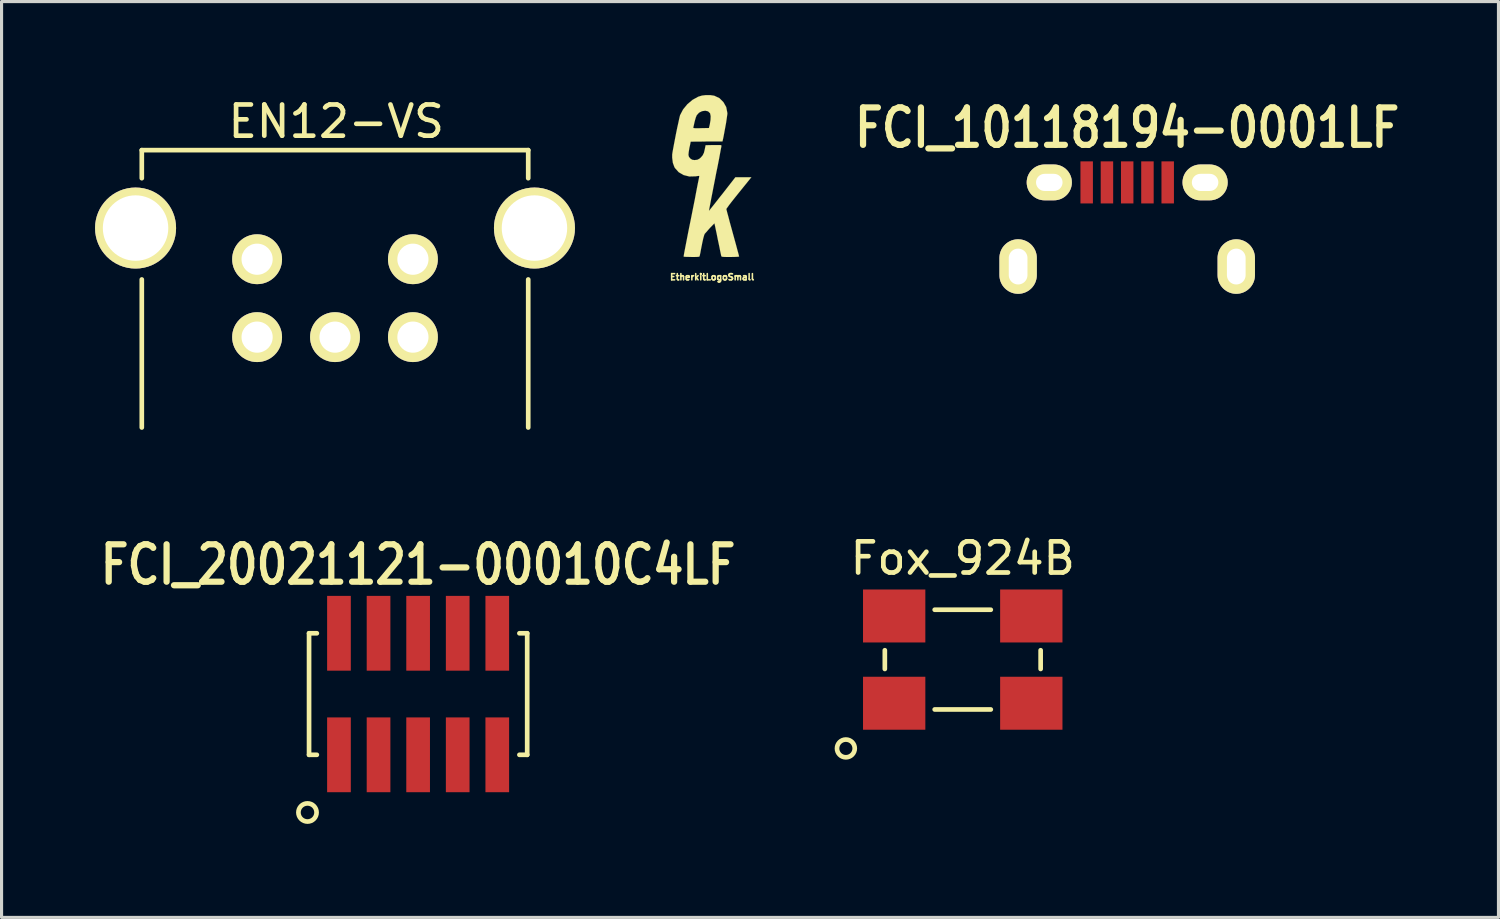
<source format=kicad_pcb>
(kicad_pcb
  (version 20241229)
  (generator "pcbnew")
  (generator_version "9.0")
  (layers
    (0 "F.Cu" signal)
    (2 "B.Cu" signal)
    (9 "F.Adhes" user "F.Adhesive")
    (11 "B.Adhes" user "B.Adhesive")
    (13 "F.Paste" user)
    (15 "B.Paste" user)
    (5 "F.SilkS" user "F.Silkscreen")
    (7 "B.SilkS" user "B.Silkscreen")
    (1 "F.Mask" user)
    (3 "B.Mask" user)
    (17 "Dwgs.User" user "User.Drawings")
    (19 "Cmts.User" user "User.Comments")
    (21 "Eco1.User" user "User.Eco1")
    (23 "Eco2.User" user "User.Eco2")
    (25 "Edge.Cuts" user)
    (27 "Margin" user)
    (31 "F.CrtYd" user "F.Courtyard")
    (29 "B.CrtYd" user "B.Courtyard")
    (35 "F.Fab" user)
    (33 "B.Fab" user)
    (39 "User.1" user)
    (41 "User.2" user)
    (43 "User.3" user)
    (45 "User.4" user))
  (footprint "Fox_924B"
    (layer "F.Cu")
    (at 27.843 18.116)
    (property "Reference" "Fox_924B" (at 0 -3.25 0) (layer "F.SilkS") (effects (font (size 1 1) (thickness 0.15))))
    (attr through_hole)
    (fp_line (start -2.5 -0.3) (end -2.5 0.3) (stroke (width 0.15) (type solid)) (layer "F.SilkS"))
    (fp_line (start -0.9 -1.6) (end 0.9 -1.6) (stroke (width 0.15) (type solid)) (layer "F.SilkS"))
    (fp_line (start -0.9 1.6) (end 0.9 1.6) (stroke (width 0.15) (type solid)) (layer "F.SilkS"))
    (fp_line (start 2.5 -0.3) (end 2.5 0.3) (stroke (width 0.15) (type solid)) (layer "F.SilkS"))
    (fp_circle (center -3.75 2.85) (end -3.475 2.925) (stroke (width 0.15) (type solid)) (fill no) (layer "F.SilkS"))
    (pad "1" smd rect (at -2.2 1.4) (size 2 1.7) (layers "F.Cu" "F.Mask" "F.Paste"))
    (pad "2" smd rect (at 2.2 1.4) (size 2 1.7) (layers "F.Cu" "F.Mask" "F.Paste"))
    (pad "3" smd rect (at 2.2 -1.4) (size 2 1.7) (layers "F.Cu" "F.Mask" "F.Paste"))
    (pad "4" smd rect (at -2.2 -1.4) (size 2 1.7) (layers "F.Cu" "F.Mask" "F.Paste")))
  (footprint "FCI_10118194-0001LF"
    (layer "F.Cu")
    (at 33.12 6.953)
    (property "Reference" "FCI_10118194-0001LF" (at 0 -5.9 0) (layer "F.SilkS") (effects (font (size 1.2 1) (thickness 0.2))))
    (attr through_hole)
    (pad "1" smd rect (at -1.3 -4.15) (size 0.4 1.35) (layers "F.Cu" "F.Mask" "F.Paste"))
    (pad "2" smd rect (at -0.65 -4.15) (size 0.4 1.35) (layers "F.Cu" "F.Mask" "F.Paste"))
    (pad "3" smd rect (at 0 -4.15) (size 0.4 1.35) (layers "F.Cu" "F.Mask" "F.Paste"))
    (pad "4" smd rect (at 0.65 -4.15) (size 0.4 1.35) (layers "F.Cu" "F.Mask" "F.Paste"))
    (pad "5" smd rect (at 1.3 -4.15) (size 0.4 1.35) (layers "F.Cu" "F.Mask" "F.Paste"))
    (pad "6" thru_hole oval (at -3.5 -1.45) (size 1.2 1.75) (drill oval 0.6 1.15) (layers "*.Cu" "*.Mask" "F.SilkS"))
    (pad "6" thru_hole oval (at -2.5 -4.15) (size 1.45 1.15) (drill oval 0.85 0.55) (layers "*.Cu" "*.Mask" "F.SilkS"))
    (pad "6" thru_hole oval (at 2.5 -4.15) (size 1.45 1.15) (drill oval 0.85 0.55) (layers "*.Cu" "*.Mask" "F.SilkS"))
    (pad "6" thru_hole oval (at 3.5 -1.45) (size 1.2 1.75) (drill oval 0.6 1.15) (layers "*.Cu" "*.Mask" "F.SilkS")))
  (footprint "EtherkitLogoSmall"
    (layer "F.Cu")
    (at 19.803 2.59)
    (property "Reference" "EtherkitLogoSmall" (at 0 3.25 0) (layer "F.SilkS") (effects (font (size 0.2 0.2) (thickness 0.05))))
    (attr through_hole)
    (fp_poly (pts (xy 0.582 2.606) (xy 0.622 2.606) (xy 0.749 2.603) (xy 0.833 2.598) (xy 0.864 2.591) (xy 0.859 2.57) (xy 0.841 2.499) (xy 0.808 2.38) (xy 0.767 2.225) (xy 0.716 2.04) (xy 0.617 1.679) (xy 0.564 1.488) (xy 0.521 1.321) (xy 0.485 1.191) (xy 0.462 1.102) (xy 0.455 1.067) (xy 0.455 1.064) (xy 0.483 1.024) (xy 0.541 0.942) (xy 0.627 0.831) (xy 0.734 0.696) (xy 0.856 0.544) (xy 1.257 0.048) (xy 0.744 0.048) (xy 0.323 0.589) (xy 0.267 0.658) (xy 0.15 0.808) (xy 0.048 0.937) (xy -0.033 1.039) (xy -0.084 1.102) (xy -0.104 1.125) (xy -0.102 1.11) (xy -0.089 1.039) (xy -0.066 0.919) (xy -0.036 0.759) (xy 0.003 0.561) (xy 0.046 0.338) (xy 0.094 0.094) (xy 0.127 -0.079) (xy 0.175 -0.312) (xy 0.216 -0.521) (xy 0.249 -0.699) (xy 0.274 -0.836) (xy 0.292 -0.925) (xy 0.297 -0.963) (xy 0.297 -0.97) (xy 0.284 -0.98) (xy 0.246 -0.986) (xy 0.17 -0.986) (xy 0.043 -0.986) (xy -0.211 -0.98) (xy -0.236 -0.856) (xy -0.264 -0.739) (xy -0.305 -0.655) (xy -0.363 -0.587) (xy -0.404 -0.551) (xy -0.475 -0.513) (xy -0.564 -0.503) (xy -0.569 -0.503) (xy -0.64 -0.513) (xy -0.699 -0.551) (xy -0.709 -0.561) (xy -0.747 -0.61) (xy -0.762 -0.668) (xy -0.754 -0.759) (xy -0.732 -0.894) (xy -0.711 -0.986) (xy -0.696 -1.062) (xy -0.691 -1.092) (xy -0.676 -1.095) (xy -0.61 -1.095) (xy -0.536 -1.097) (xy -0.536 -1.524) (xy -0.587 -1.529) (xy -0.605 -1.537) (xy -0.607 -1.549) (xy -0.602 -1.565) (xy -0.587 -1.631) (xy -0.566 -1.725) (xy -0.556 -1.765) (xy -0.528 -1.864) (xy -0.5 -1.933) (xy -0.493 -1.946) (xy -0.422 -2.024) (xy -0.325 -2.073) (xy -0.221 -2.088) (xy -0.132 -2.068) (xy -0.069 -2.007) (xy -0.066 -2.002) (xy -0.048 -1.913) (xy -0.053 -1.788) (xy -0.076 -1.648) (xy -0.104 -1.532) (xy -0.358 -1.527) (xy -0.442 -1.524) (xy -0.536 -1.524) (xy -0.536 -1.097) (xy -0.498 -1.097) (xy -0.353 -1.097) (xy -0.18 -1.1) (xy 0.328 -1.1) (xy 0.338 -1.135) (xy 0.34 -1.143) (xy 0.363 -1.25) (xy 0.389 -1.389) (xy 0.417 -1.542) (xy 0.445 -1.694) (xy 0.465 -1.829) (xy 0.48 -1.935) (xy 0.488 -1.994) (xy 0.485 -2.024) (xy 0.45 -2.205) (xy 0.361 -2.362) (xy 0.234 -2.489) (xy 0.074 -2.565) (xy 0.056 -2.57) (xy -0.064 -2.588) (xy -0.203 -2.588) (xy -0.328 -2.573) (xy -0.447 -2.537) (xy -0.63 -2.436) (xy -0.798 -2.294) (xy -0.935 -2.126) (xy -1.029 -1.946) (xy -1.036 -1.923) (xy -1.057 -1.834) (xy -1.085 -1.704) (xy -1.12 -1.547) (xy -1.156 -1.372) (xy -1.191 -1.191) (xy -1.224 -1.019) (xy -1.252 -0.869) (xy -1.273 -0.752) (xy -1.283 -0.681) (xy -1.283 -0.579) (xy -1.262 -0.414) (xy -1.212 -0.277) (xy -1.191 -0.244) (xy -1.074 -0.114) (xy -0.917 -0.023) (xy -0.734 0.023) (xy -0.538 0.018) (xy -0.516 0.015) (xy -0.445 0.005) (xy -0.414 0.005) (xy -0.414 0.013) (xy -0.424 0.074) (xy -0.447 0.185) (xy -0.478 0.34) (xy -0.516 0.538) (xy -0.559 0.767) (xy -0.61 1.021) (xy -0.693 1.438) (xy -0.747 1.702) (xy -0.795 1.946) (xy -0.836 2.159) (xy -0.871 2.339) (xy -0.897 2.474) (xy -0.912 2.563) (xy -0.914 2.593) (xy -0.912 2.596) (xy -0.866 2.601) (xy -0.777 2.603) (xy -0.658 2.606) (xy -0.554 2.606) (xy -0.47 2.603) (xy -0.427 2.598) (xy -0.406 2.588) (xy -0.401 2.57) (xy -0.396 2.545) (xy -0.378 2.466) (xy -0.358 2.352) (xy -0.33 2.215) (xy -0.323 2.174) (xy -0.287 2.012) (xy -0.259 1.91) (xy -0.239 1.862) (xy -0.229 1.852) (xy -0.152 1.765) (xy -0.074 1.676) (xy 0 1.6) (xy 0.051 1.547) (xy 0.071 1.527) (xy 0.076 1.542) (xy 0.091 1.608) (xy 0.114 1.72) (xy 0.145 1.864) (xy 0.178 2.032) (xy 0.203 2.149) (xy 0.236 2.306) (xy 0.262 2.438) (xy 0.282 2.53) (xy 0.29 2.57) (xy 0.292 2.573) (xy 0.297 2.588) (xy 0.318 2.598) (xy 0.363 2.603) (xy 0.447 2.606) (xy 0.582 2.606)) (stroke (width 0.003) (type solid)) (fill yes) (layer "F.SilkS")))
  (footprint "EN12-VS"
    (layer "F.Cu")
    (at 7.7 10.768)
    (property "Reference" "EN12-VS" (at 0.04 -9.92 0) (layer "F.SilkS") (effects (font (size 1 1) (thickness 0.15))))
    (attr through_hole)
    (fp_line (start -6.2 -9) (end 6.2 -9) (stroke (width 0.15) (type solid)) (layer "F.SilkS"))
    (fp_line (start -6.2 -8.1) (end -6.2 -9) (stroke (width 0.15) (type solid)) (layer "F.SilkS"))
    (fp_line (start -6.2 -0.1) (end -6.2 -4.85) (stroke (width 0.15) (type solid)) (layer "F.SilkS"))
    (fp_line (start 6.2 -9) (end 6.2 -8.1) (stroke (width 0.15) (type solid)) (layer "F.SilkS"))
    (fp_line (start 6.2 -0.1) (end 6.2 -4.85) (stroke (width 0.15) (type solid)) (layer "F.SilkS"))
    (pad "" np_thru_hole circle (at -6.4 -6.5) (size 2.6 2.6) (drill 2.1) (layers "*.Cu" "*.Mask" "F.SilkS"))
    (pad "" np_thru_hole circle (at 6.4 -6.5) (size 2.6 2.6) (drill 2.1) (layers "*.Cu" "*.Mask" "F.SilkS"))
    (pad "1" thru_hole circle (at -2.5 -3) (size 1.6 1.6) (drill 1) (layers "*.Cu" "*.Mask" "F.SilkS"))
    (pad "2" thru_hole circle (at 0 -3) (size 1.6 1.6) (drill 1) (layers "*.Cu" "*.Mask" "F.SilkS"))
    (pad "3" thru_hole circle (at 2.5 -3) (size 1.6 1.6) (drill 1) (layers "*.Cu" "*.Mask" "F.SilkS"))
    (pad "4" thru_hole circle (at -2.5 -5.5) (size 1.6 1.6) (drill 1) (layers "*.Cu" "*.Mask" "F.SilkS"))
    (pad "5" thru_hole circle (at 2.5 -5.5) (size 1.6 1.6) (drill 1) (layers "*.Cu" "*.Mask" "F.SilkS")))
  (footprint "FCI_20021121-00010C4LF"
    (layer "F.Cu")
    (at 10.367 19.221)
    (property "Reference" "FCI_20021121-00010C4LF" (at 0 -4.15 0) (layer "F.SilkS") (effects (font (size 1.2 1) (thickness 0.2))))
    (attr through_hole)
    (fp_line (start -3.5 -1.95) (end -3.5 1.95) (stroke (width 0.15) (type solid)) (layer "F.SilkS"))
    (fp_line (start -3.5 -1.95) (end -3.25 -1.95) (stroke (width 0.15) (type solid)) (layer "F.SilkS"))
    (fp_line (start -3.5 1.95) (end -3.25 1.95) (stroke (width 0.15) (type solid)) (layer "F.SilkS"))
    (fp_line (start 3.25 1.95) (end 3.5 1.95) (stroke (width 0.15) (type solid)) (layer "F.SilkS"))
    (fp_line (start 3.5 -1.95) (end 3.25 -1.95) (stroke (width 0.15) (type solid)) (layer "F.SilkS"))
    (fp_line (start 3.5 -1.95) (end 3.5 1.95) (stroke (width 0.15) (type solid)) (layer "F.SilkS"))
    (fp_circle (center -3.55 3.8) (end -3.8 3.95) (stroke (width 0.15) (type solid)) (fill no) (layer "F.SilkS"))
    (pad "1" smd rect (at -2.54 1.95) (size 0.76 2.4) (layers "F.Cu" "F.Mask" "F.Paste"))
    (pad "2" smd rect (at -2.54 -1.95) (size 0.76 2.4) (layers "F.Cu" "F.Mask" "F.Paste"))
    (pad "3" smd rect (at -1.27 1.95) (size 0.76 2.4) (layers "F.Cu" "F.Mask" "F.Paste"))
    (pad "4" smd rect (at -1.27 -1.95) (size 0.76 2.4) (layers "F.Cu" "F.Mask" "F.Paste"))
    (pad "5" smd rect (at 0 1.95) (size 0.76 2.4) (layers "F.Cu" "F.Mask" "F.Paste"))
    (pad "6" smd rect (at 0 -1.95) (size 0.76 2.4) (layers "F.Cu" "F.Mask" "F.Paste"))
    (pad "7" smd rect (at 1.27 1.95) (size 0.76 2.4) (layers "F.Cu" "F.Mask" "F.Paste"))
    (pad "8" smd rect (at 1.27 -1.95) (size 0.76 2.4) (layers "F.Cu" "F.Mask" "F.Paste"))
    (pad "9" smd rect (at 2.54 1.95) (size 0.76 2.4) (layers "F.Cu" "F.Mask" "F.Paste"))
    (pad "10" smd rect (at 2.54 -1.95) (size 0.76 2.4) (layers "F.Cu" "F.Mask" "F.Paste")))
  (gr_rect
    (start -3 -3)
    (end 45.034 26.388)
    (stroke (width 0.1) (type default))
    (fill no)
    (layer "Edge.Cuts")))
</source>
